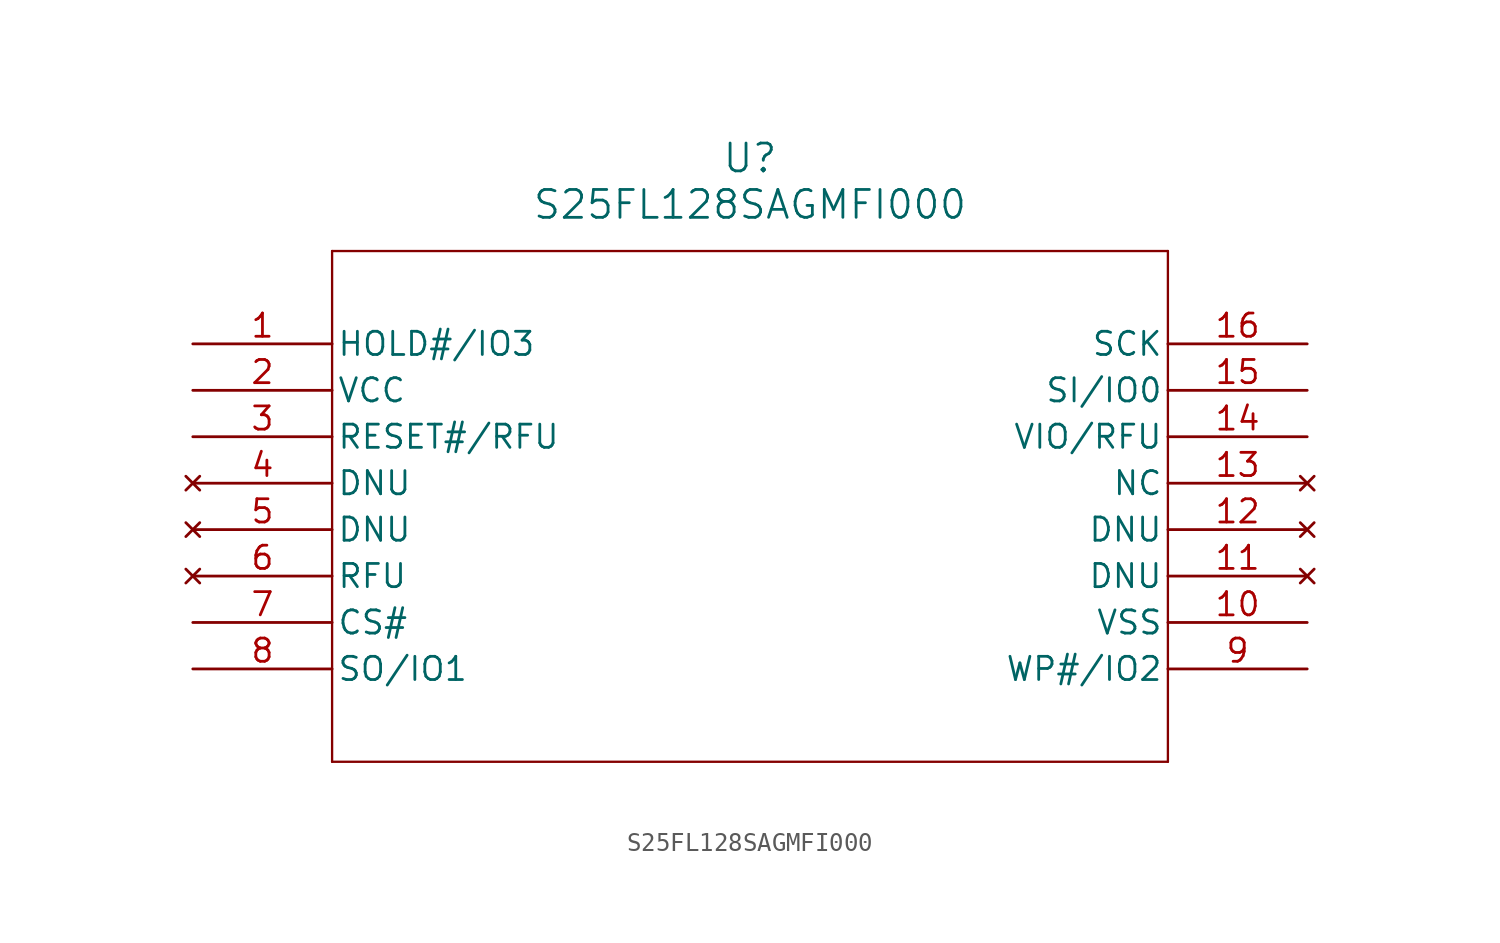
<source format=kicad_sym>
(kicad_symbol_lib
  (version 20211014)
  (generator kicad_symbol_editor)
  (symbol "S25FL128SAGMFI000"
    (pin_names
      (offset 0.254))
    (property "Reference" "U"
      (at 30.48 10.16 0)
      (effects (font (size 1.524 1.524))))
    (property "Value" "S25FL128SAGMFI000"
      (at 30.48 7.62 0)
      (effects (font (size 1.524 1.524))))
    (symbol "S25FL128SAGMFI000_0_1"
      (polyline (pts (xy 7.62 5.08) (xy 7.62 -22.86)) (stroke (width 0.127) (type default) (color 0 0 0 0)) (fill (type none)))
      (polyline (pts (xy 7.62 -22.86) (xy 53.34 -22.86)) (stroke (width 0.127) (type default) (color 0 0 0 0)) (fill (type none)))
      (polyline (pts (xy 53.34 -22.86) (xy 53.34 5.08)) (stroke (width 0.127) (type default) (color 0 0 0 0)) (fill (type none)))
      (polyline (pts (xy 53.34 5.08) (xy 7.62 5.08)) (stroke (width 0.127) (type default) (color 0 0 0 0)) (fill (type none)))
      (pin bidirectional line (at 0 0 0) (length 7.62) (name "HOLD#/IO3" (effects (font (size 1.27 1.27)))) (number "1" (effects (font (size 1.27 1.27)))))
      (pin power_in line (at 0 -2.54 0) (length 7.62) (name "VCC" (effects (font (size 1.27 1.27)))) (number "2" (effects (font (size 1.27 1.27)))))
      (pin input line (at 0 -5.08 0) (length 7.62) (name "RESET#/RFU" (effects (font (size 1.27 1.27)))) (number "3" (effects (font (size 1.27 1.27)))))
      (pin no_connect line (at 0 -7.62 0) (length 7.62) (name "DNU" (effects (font (size 1.27 1.27)))) (number "4" (effects (font (size 1.27 1.27)))))
      (pin no_connect line (at 0 -10.16 0) (length 7.62) (name "DNU" (effects (font (size 1.27 1.27)))) (number "5" (effects (font (size 1.27 1.27)))))
      (pin no_connect line (at 0 -12.7 0) (length 7.62) (name "RFU" (effects (font (size 1.27 1.27)))) (number "6" (effects (font (size 1.27 1.27)))))
      (pin input line (at 0 -15.24 0) (length 7.62) (name "CS#" (effects (font (size 1.27 1.27)))) (number "7" (effects (font (size 1.27 1.27)))))
      (pin bidirectional line (at 0 -17.78 0) (length 7.62) (name "SO/IO1" (effects (font (size 1.27 1.27)))) (number "8" (effects (font (size 1.27 1.27)))))
      (pin bidirectional line (at 60.96 -17.78 180) (length 7.62) (name "WP#/IO2" (effects (font (size 1.27 1.27)))) (number "9" (effects (font (size 1.27 1.27)))))
      (pin power_out line (at 60.96 -15.24 180) (length 7.62) (name "VSS" (effects (font (size 1.27 1.27)))) (number "10" (effects (font (size 1.27 1.27)))))
      (pin no_connect line (at 60.96 -12.7 180) (length 7.62) (name "DNU" (effects (font (size 1.27 1.27)))) (number "11" (effects (font (size 1.27 1.27)))))
      (pin no_connect line (at 60.96 -10.16 180) (length 7.62) (name "DNU" (effects (font (size 1.27 1.27)))) (number "12" (effects (font (size 1.27 1.27)))))
      (pin no_connect line (at 60.96 -7.62 180) (length 7.62) (name "NC" (effects (font (size 1.27 1.27)))) (number "13" (effects (font (size 1.27 1.27)))))
      (pin unspecified line (at 60.96 -5.08 180) (length 7.62) (name "VIO/RFU" (effects (font (size 1.27 1.27)))) (number "14" (effects (font (size 1.27 1.27)))))
      (pin bidirectional line (at 60.96 -2.54 180) (length 7.62) (name "SI/IO0" (effects (font (size 1.27 1.27)))) (number "15" (effects (font (size 1.27 1.27)))))
      (pin input line (at 60.96 0 180) (length 7.62) (name "SCK" (effects (font (size 1.27 1.27)))) (number "16" (effects (font (size 1.27 1.27))))))))
</source>
